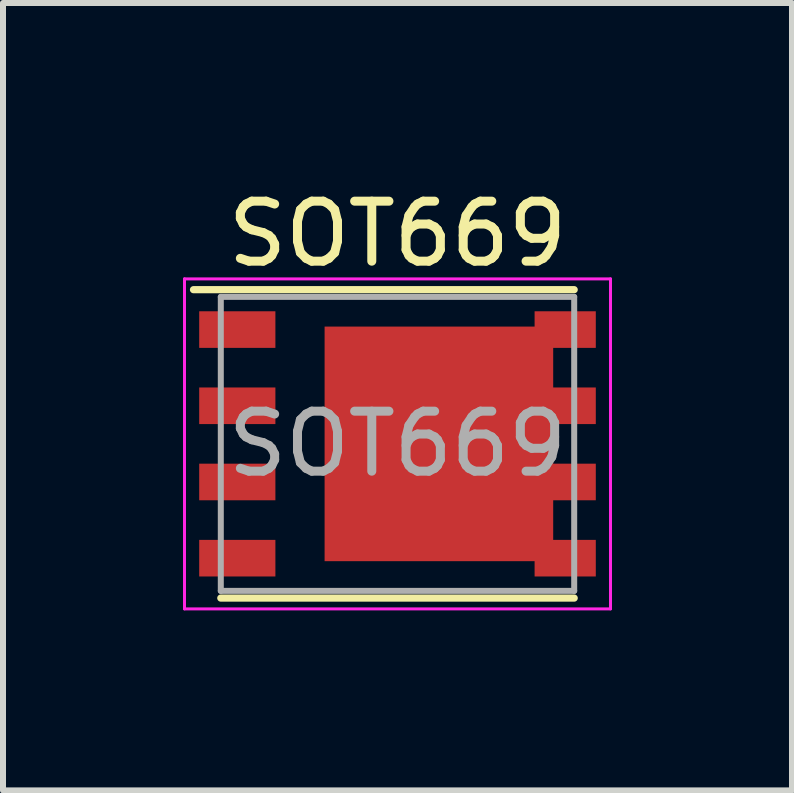
<source format=kicad_pcb>
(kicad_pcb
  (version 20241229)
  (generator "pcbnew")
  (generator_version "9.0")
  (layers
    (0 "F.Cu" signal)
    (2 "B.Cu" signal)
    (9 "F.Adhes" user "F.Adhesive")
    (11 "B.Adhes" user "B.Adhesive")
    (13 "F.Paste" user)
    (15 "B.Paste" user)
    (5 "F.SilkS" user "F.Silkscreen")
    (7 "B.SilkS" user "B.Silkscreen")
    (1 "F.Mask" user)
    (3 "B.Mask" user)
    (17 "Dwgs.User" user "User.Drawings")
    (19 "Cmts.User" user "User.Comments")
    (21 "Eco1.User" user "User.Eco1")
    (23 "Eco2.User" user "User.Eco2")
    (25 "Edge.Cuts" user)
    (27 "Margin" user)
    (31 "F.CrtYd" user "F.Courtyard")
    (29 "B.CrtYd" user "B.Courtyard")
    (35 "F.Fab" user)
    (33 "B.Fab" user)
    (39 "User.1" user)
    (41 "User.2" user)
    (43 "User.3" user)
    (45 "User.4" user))
  (footprint "SOT669"
    (layer "F.Cu")
    (at 3.575 4.348)
    (property "Reference" "SOT669" (at 0 -3.5 0) (layer "F.SilkS") (effects (font (size 1 1) (thickness 0.15))))
    (attr smd)
    (fp_line (start -3.4 -2.57) (end 2.945 -2.57) (stroke (width 0.12) (type solid)) (layer "F.SilkS"))
    (fp_line (start -2.945 2.57) (end 2.945 2.57) (stroke (width 0.12) (type solid)) (layer "F.SilkS"))
    (fp_line (start -3.55 -2.75) (end -3.55 2.75) (stroke (width 0.05) (type solid)) (layer "F.CrtYd"))
    (fp_line (start -3.55 -2.75) (end 3.55 -2.75) (stroke (width 0.05) (type solid)) (layer "F.CrtYd"))
    (fp_line (start -3.55 2.75) (end 3.55 2.75) (stroke (width 0.05) (type solid)) (layer "F.CrtYd"))
    (fp_line (start 3.55 -2.75) (end 3.55 2.75) (stroke (width 0.05) (type solid)) (layer "F.CrtYd"))
    (fp_line (start -2.945 -2.45) (end 2.945 -2.45) (stroke (width 0.1) (type solid)) (layer "F.Fab"))
    (fp_line (start -2.945 2.45) (end -2.945 -2.45) (stroke (width 0.1) (type solid)) (layer "F.Fab"))
    (fp_line (start 2.945 -2.45) (end 2.945 2.45) (stroke (width 0.1) (type solid)) (layer "F.Fab"))
    (fp_line (start 2.945 2.45) (end -2.945 2.45) (stroke (width 0.1) (type solid)) (layer "F.Fab"))
    (fp_text user "${REFERENCE}" (at 0 0 0) (layer "F.Fab") (effects (font (size 1 1) (thickness 0.15))))
    (pad "1" smd rect (at -2.67 -1.905) (size 1.27 0.61) (layers "F.Cu" "F.Mask" "F.Paste"))
    (pad "2" smd rect (at -2.67 -0.635) (size 1.27 0.61) (layers "F.Cu" "F.Mask" "F.Paste"))
    (pad "3" smd rect (at -2.67 0.635) (size 1.27 0.61) (layers "F.Cu" "F.Mask" "F.Paste"))
    (pad "4" smd rect (at -2.67 1.905) (size 1.27 0.61) (layers "F.Cu" "F.Mask" "F.Paste"))
    (pad "5" smd rect (at 0.69 0) (size 3.81 3.91) (layers "F.Cu" "F.Mask" "F.Paste"))
    (pad "5" smd rect (at 2.795 -1.905) (size 1.02 0.61) (layers "F.Cu" "F.Mask" "F.Paste"))
    (pad "5" smd rect (at 2.795 -0.635) (size 1.02 0.61) (layers "F.Cu" "F.Mask" "F.Paste"))
    (pad "5" smd rect (at 2.795 0.635) (size 1.02 0.61) (layers "F.Cu" "F.Mask" "F.Paste"))
    (pad "5" smd rect (at 2.795 1.905) (size 1.02 0.61) (layers "F.Cu" "F.Mask" "F.Paste")))
  (gr_rect
    (start -3 -3)
    (end 10.15 10.123)
    (stroke (width 0.1) (type default))
    (fill no)
    (layer "Edge.Cuts")))
</source>
